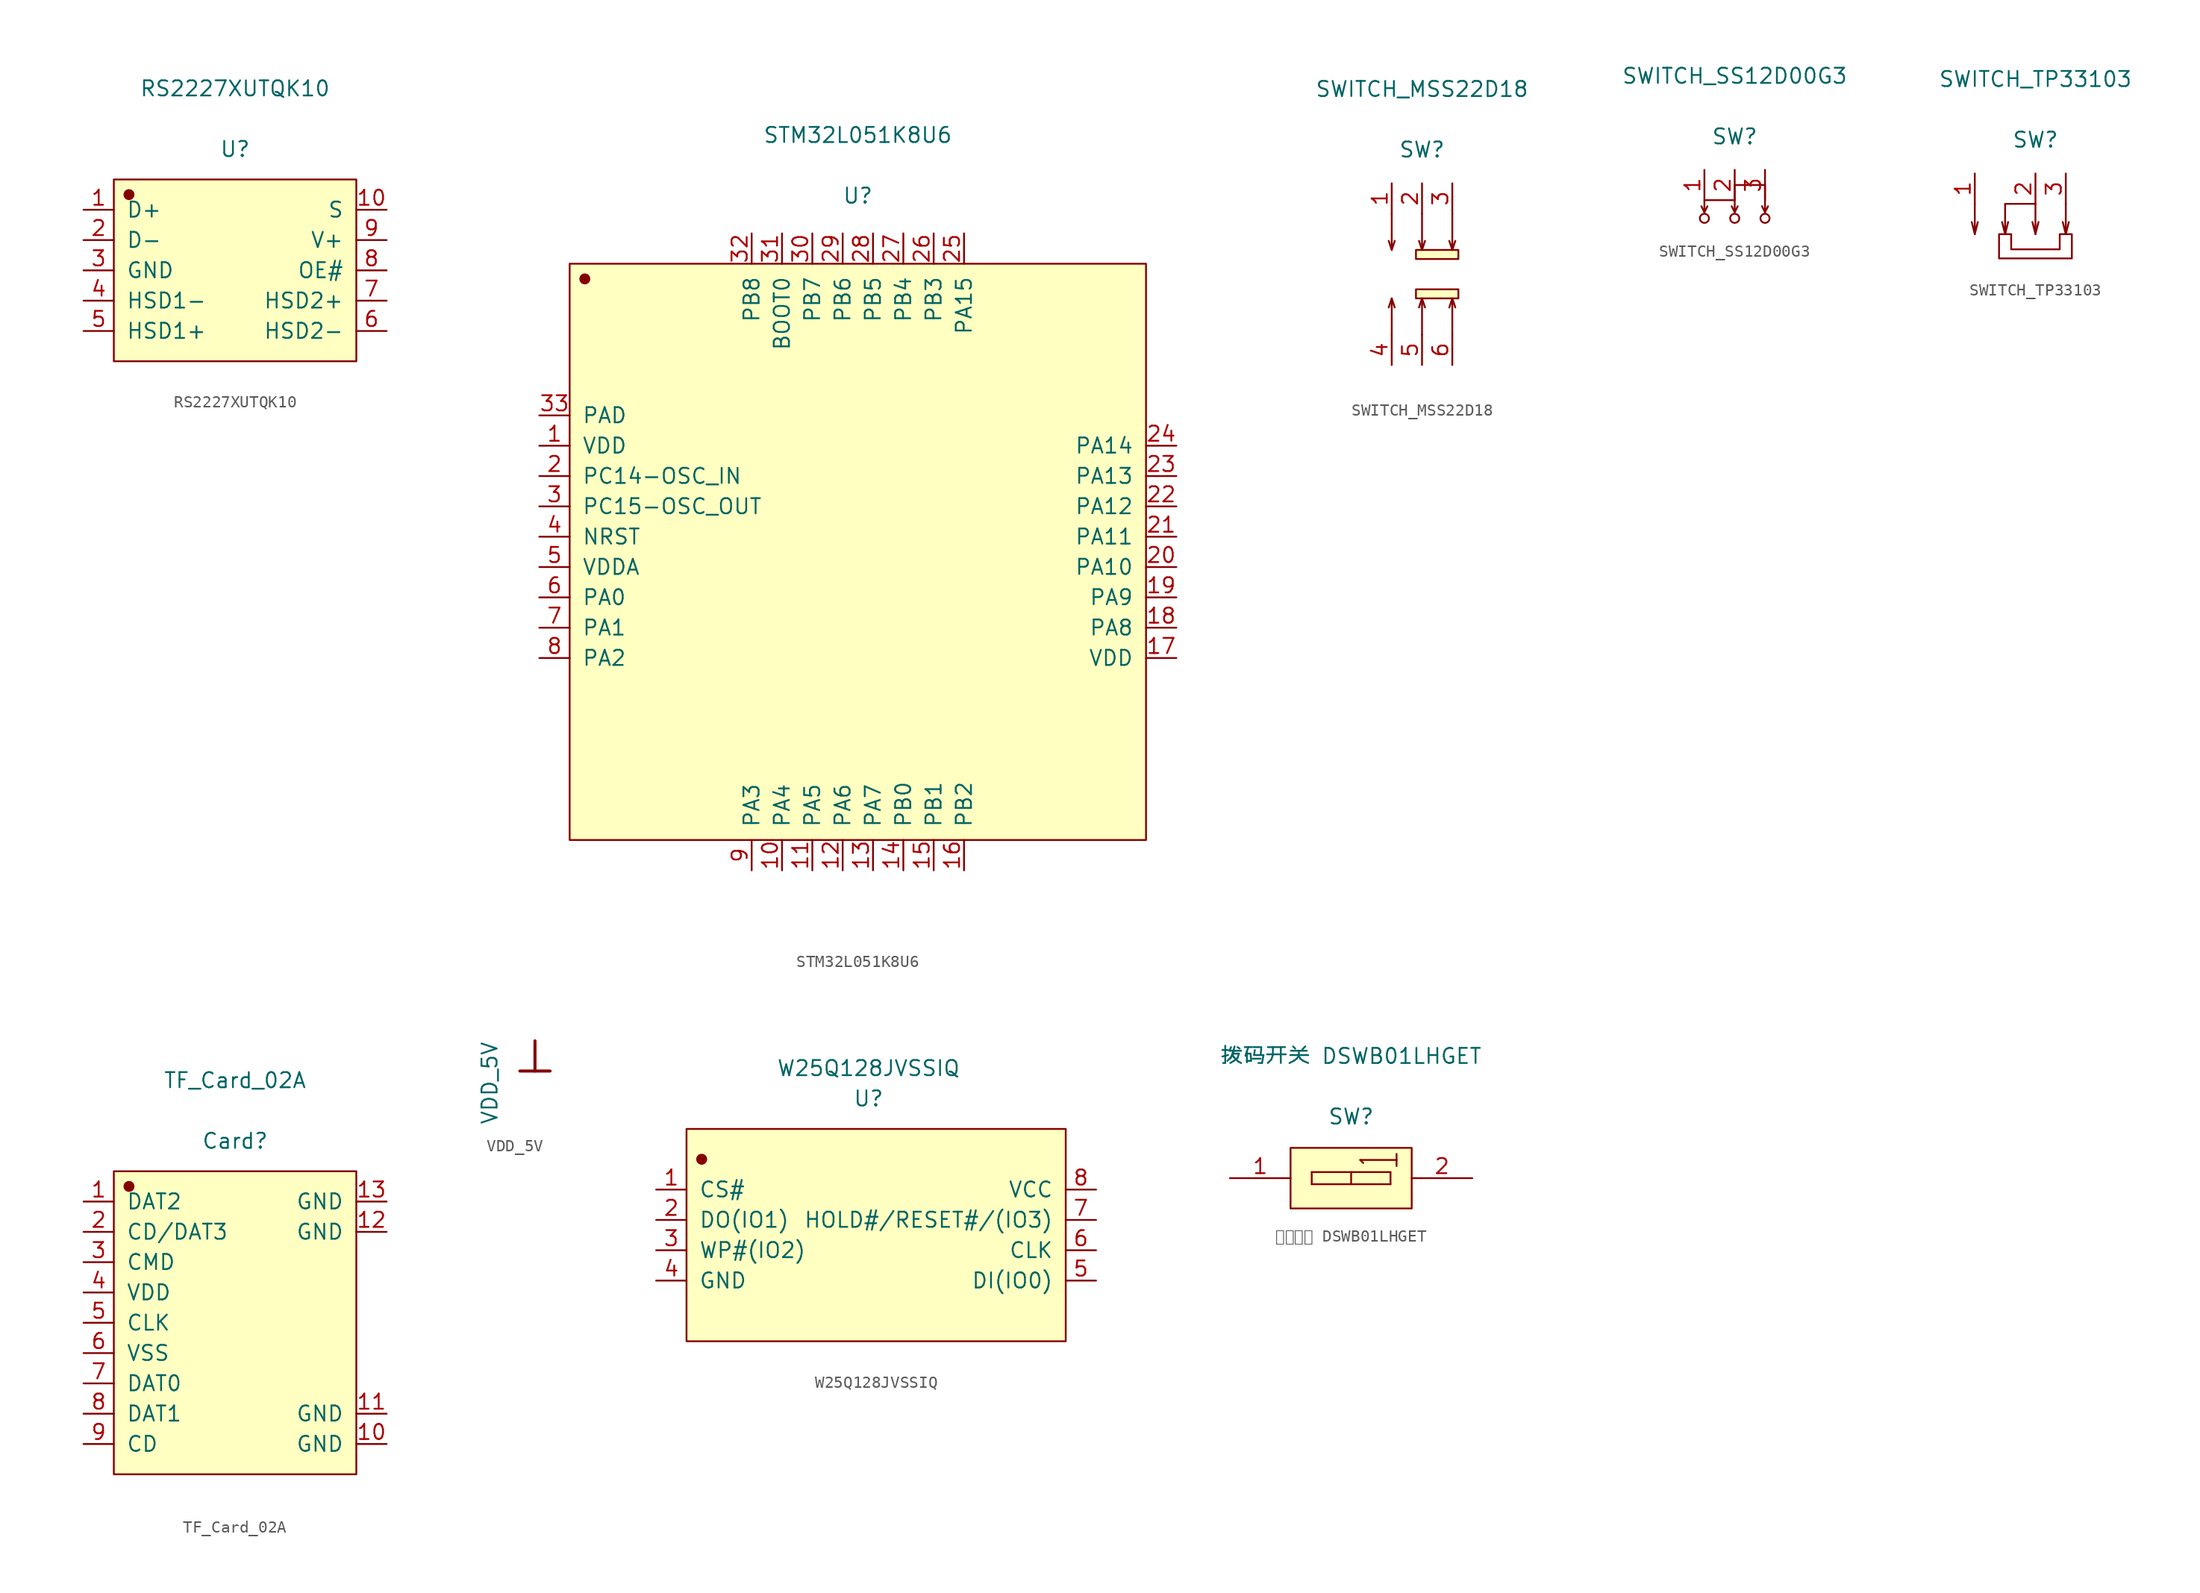
<source format=kicad_sym>
(kicad_symbol_lib
  (version 20220914)
  (generator kicad_symbol_editor)
  (symbol "RS2227XUTQK10"
    (pin_names
      (offset 1.016))
    (property "Reference" "U"
      (at 0 10.16 0)
      (effects (font (size 1.27 1.27))))
    (property "Value" "RS2227XUTQK10"
      (at 0 15.24 0)
      (effects (font (size 1.27 1.27))))
    (symbol "RS2227XUTQK10_1_1"
      (rectangle (start -10.16 7.62) (end 10.16 -7.62) (stroke (width 0.152) (type default)) (fill (type background)))
      (circle (center -8.89 6.35) (radius 0.381) (stroke (width 0.152) (type default)) (fill (type outline)))
      (pin input line (at -12.7 5.08 0) (length 2.54) (name "D+" (effects (font (size 1.27 1.27)))) (number "1" (effects (font (size 1.27 1.27)))))
      (pin input line (at 12.7 5.08 180) (length 2.54) (name "S" (effects (font (size 1.27 1.27)))) (number "10" (effects (font (size 1.27 1.27)))))
      (pin input line (at -12.7 2.54 0) (length 2.54) (name "D-" (effects (font (size 1.27 1.27)))) (number "2" (effects (font (size 1.27 1.27)))))
      (pin input line (at -12.7 0 0) (length 2.54) (name "GND" (effects (font (size 1.27 1.27)))) (number "3" (effects (font (size 1.27 1.27)))))
      (pin input line (at -12.7 -2.54 0) (length 2.54) (name "HSD1-" (effects (font (size 1.27 1.27)))) (number "4" (effects (font (size 1.27 1.27)))))
      (pin input line (at -12.7 -5.08 0) (length 2.54) (name "HSD1+" (effects (font (size 1.27 1.27)))) (number "5" (effects (font (size 1.27 1.27)))))
      (pin input line (at 12.7 -5.08 180) (length 2.54) (name "HSD2-" (effects (font (size 1.27 1.27)))) (number "6" (effects (font (size 1.27 1.27)))))
      (pin input line (at 12.7 -2.54 180) (length 2.54) (name "HSD2+" (effects (font (size 1.27 1.27)))) (number "7" (effects (font (size 1.27 1.27)))))
      (pin input line (at 12.7 0 180) (length 2.54) (name "OE#" (effects (font (size 1.27 1.27)))) (number "8" (effects (font (size 1.27 1.27)))))
      (pin input line (at 12.7 2.54 180) (length 2.54) (name "V+" (effects (font (size 1.27 1.27)))) (number "9" (effects (font (size 1.27 1.27)))))))
  (symbol "STM32L051K8U6"
    (pin_names
      (offset 1.016))
    (property "Reference" "U"
      (at 0 29.82 0)
      (effects (font (size 1.27 1.27))))
    (property "Value" "STM32L051K8U6"
      (at 0 34.9 0)
      (effects (font (size 1.27 1.27))))
    (symbol "STM32L051K8U6_1_1"
      (rectangle (start -24.13 24.13) (end 24.13 -24.13) (stroke (width 0.152) (type default)) (fill (type background)))
      (circle (center -22.86 22.86) (radius 0.381) (stroke (width 0.152) (type default)) (fill (type outline)))
      (pin input line (at -26.67 8.89 0) (length 2.54) (name "VDD" (effects (font (size 1.27 1.27)))) (number "1" (effects (font (size 1.27 1.27)))))
      (pin input line (at -6.35 -26.67 90) (length 2.54) (name "PA4" (effects (font (size 1.27 1.27)))) (number "10" (effects (font (size 1.27 1.27)))))
      (pin input line (at -3.81 -26.67 90) (length 2.54) (name "PA5" (effects (font (size 1.27 1.27)))) (number "11" (effects (font (size 1.27 1.27)))))
      (pin input line (at -1.27 -26.67 90) (length 2.54) (name "PA6" (effects (font (size 1.27 1.27)))) (number "12" (effects (font (size 1.27 1.27)))))
      (pin input line (at 1.27 -26.67 90) (length 2.54) (name "PA7" (effects (font (size 1.27 1.27)))) (number "13" (effects (font (size 1.27 1.27)))))
      (pin input line (at 3.81 -26.67 90) (length 2.54) (name "PB0" (effects (font (size 1.27 1.27)))) (number "14" (effects (font (size 1.27 1.27)))))
      (pin input line (at 6.35 -26.67 90) (length 2.54) (name "PB1" (effects (font (size 1.27 1.27)))) (number "15" (effects (font (size 1.27 1.27)))))
      (pin input line (at 8.89 -26.67 90) (length 2.54) (name "PB2" (effects (font (size 1.27 1.27)))) (number "16" (effects (font (size 1.27 1.27)))))
      (pin input line (at 26.67 -8.89 180) (length 2.54) (name "VDD" (effects (font (size 1.27 1.27)))) (number "17" (effects (font (size 1.27 1.27)))))
      (pin input line (at 26.67 -6.35 180) (length 2.54) (name "PA8" (effects (font (size 1.27 1.27)))) (number "18" (effects (font (size 1.27 1.27)))))
      (pin input line (at 26.67 -3.81 180) (length 2.54) (name "PA9" (effects (font (size 1.27 1.27)))) (number "19" (effects (font (size 1.27 1.27)))))
      (pin input line (at -26.67 6.35 0) (length 2.54) (name "PC14-OSC_IN" (effects (font (size 1.27 1.27)))) (number "2" (effects (font (size 1.27 1.27)))))
      (pin input line (at 26.67 -1.27 180) (length 2.54) (name "PA10" (effects (font (size 1.27 1.27)))) (number "20" (effects (font (size 1.27 1.27)))))
      (pin input line (at 26.67 1.27 180) (length 2.54) (name "PA11" (effects (font (size 1.27 1.27)))) (number "21" (effects (font (size 1.27 1.27)))))
      (pin input line (at 26.67 3.81 180) (length 2.54) (name "PA12" (effects (font (size 1.27 1.27)))) (number "22" (effects (font (size 1.27 1.27)))))
      (pin input line (at 26.67 6.35 180) (length 2.54) (name "PA13" (effects (font (size 1.27 1.27)))) (number "23" (effects (font (size 1.27 1.27)))))
      (pin input line (at 26.67 8.89 180) (length 2.54) (name "PA14" (effects (font (size 1.27 1.27)))) (number "24" (effects (font (size 1.27 1.27)))))
      (pin input line (at 8.89 26.67 270) (length 2.54) (name "PA15" (effects (font (size 1.27 1.27)))) (number "25" (effects (font (size 1.27 1.27)))))
      (pin input line (at 6.35 26.67 270) (length 2.54) (name "PB3" (effects (font (size 1.27 1.27)))) (number "26" (effects (font (size 1.27 1.27)))))
      (pin input line (at 3.81 26.67 270) (length 2.54) (name "PB4" (effects (font (size 1.27 1.27)))) (number "27" (effects (font (size 1.27 1.27)))))
      (pin input line (at 1.27 26.67 270) (length 2.54) (name "PB5" (effects (font (size 1.27 1.27)))) (number "28" (effects (font (size 1.27 1.27)))))
      (pin input line (at -1.27 26.67 270) (length 2.54) (name "PB6" (effects (font (size 1.27 1.27)))) (number "29" (effects (font (size 1.27 1.27)))))
      (pin input line (at -26.67 3.81 0) (length 2.54) (name "PC15-OSC_OUT" (effects (font (size 1.27 1.27)))) (number "3" (effects (font (size 1.27 1.27)))))
      (pin input line (at -3.81 26.67 270) (length 2.54) (name "PB7" (effects (font (size 1.27 1.27)))) (number "30" (effects (font (size 1.27 1.27)))))
      (pin input line (at -6.35 26.67 270) (length 2.54) (name "BOOT0" (effects (font (size 1.27 1.27)))) (number "31" (effects (font (size 1.27 1.27)))))
      (pin input line (at -8.89 26.67 270) (length 2.54) (name "PB8" (effects (font (size 1.27 1.27)))) (number "32" (effects (font (size 1.27 1.27)))))
      (pin input line (at -26.67 11.43 0) (length 2.54) (name "PAD" (effects (font (size 1.27 1.27)))) (number "33" (effects (font (size 1.27 1.27)))))
      (pin input line (at -26.67 1.27 0) (length 2.54) (name "NRST" (effects (font (size 1.27 1.27)))) (number "4" (effects (font (size 1.27 1.27)))))
      (pin input line (at -26.67 -1.27 0) (length 2.54) (name "VDDA" (effects (font (size 1.27 1.27)))) (number "5" (effects (font (size 1.27 1.27)))))
      (pin input line (at -26.67 -3.81 0) (length 2.54) (name "PA0" (effects (font (size 1.27 1.27)))) (number "6" (effects (font (size 1.27 1.27)))))
      (pin input line (at -26.67 -6.35 0) (length 2.54) (name "PA1" (effects (font (size 1.27 1.27)))) (number "7" (effects (font (size 1.27 1.27)))))
      (pin input line (at -26.67 -8.89 0) (length 2.54) (name "PA2" (effects (font (size 1.27 1.27)))) (number "8" (effects (font (size 1.27 1.27)))))
      (pin input line (at -8.89 -26.67 90) (length 2.54) (name "PA3" (effects (font (size 1.27 1.27)))) (number "9" (effects (font (size 1.27 1.27)))))))
  (symbol "SWITCH_MSS22D18"
    (pin_names
      (offset 1.016) hide)
    (property "Reference" "SW"
      (at 0 10.439 0)
      (effects (font (size 1.27 1.27))))
    (property "Value" "SWITCH_MSS22D18"
      (at 0 15.519 0)
      (effects (font (size 1.27 1.27))))
    (symbol "SWITCH_MSS22D18_1_1"
      (rectangle (start -0.508 -1.27) (end 3.048 -2.032) (stroke (width 0.152) (type default)) (fill (type background)))
      (rectangle (start -0.508 2.032) (end 3.048 1.27) (stroke (width 0.152) (type default)) (fill (type background)))
      (polyline (pts (xy -2.54 -2.032) (xy -2.794 -2.794)) (stroke (width 0.152) (type default)) (fill (type none)))
      (polyline (pts (xy -2.54 2.032) (xy -2.794 2.794)) (stroke (width 0.152) (type default)) (fill (type none)))
      (polyline (pts (xy 0 -2.032) (xy -0.254 -2.794)) (stroke (width 0.152) (type default)) (fill (type none)))
      (polyline (pts (xy 0 2.032) (xy -0.254 2.794)) (stroke (width 0.152) (type default)) (fill (type none)))
      (polyline (pts (xy 2.54 -2.032) (xy 2.286 -2.794)) (stroke (width 0.152) (type default)) (fill (type none)))
      (polyline (pts (xy 2.54 2.032) (xy 2.286 2.794)) (stroke (width 0.152) (type default)) (fill (type none)))
      (polyline (pts (xy -2.54 -5.08) (xy -2.54 -2.032) (xy -2.286 -2.794)) (stroke (width 0.152) (type default)) (fill (type none)))
      (polyline (pts (xy -2.54 5.08) (xy -2.54 2.032) (xy -2.286 2.794)) (stroke (width 0.152) (type default)) (fill (type none)))
      (polyline (pts (xy 0 -5.08) (xy 0 -2.032) (xy 0.254 -2.794)) (stroke (width 0.152) (type default)) (fill (type none)))
      (polyline (pts (xy 0 5.08) (xy 0 2.032) (xy 0.254 2.794)) (stroke (width 0.152) (type default)) (fill (type none)))
      (polyline (pts (xy 2.54 -5.08) (xy 2.54 -2.032) (xy 2.794 -2.794)) (stroke (width 0.152) (type default)) (fill (type none)))
      (polyline (pts (xy 2.54 5.08) (xy 2.54 2.032) (xy 2.794 2.794)) (stroke (width 0.152) (type default)) (fill (type none)))
      (pin input line (at -2.54 7.62 270) (length 2.54) (name "1" (effects (font (size 1.27 1.27)))) (number "1" (effects (font (size 1.27 1.27)))))
      (pin input line (at 0 7.62 270) (length 2.54) (name "2" (effects (font (size 1.27 1.27)))) (number "2" (effects (font (size 1.27 1.27)))))
      (pin input line (at 2.54 7.62 270) (length 2.54) (name "3" (effects (font (size 1.27 1.27)))) (number "3" (effects (font (size 1.27 1.27)))))
      (pin input line (at -2.54 -7.62 90) (length 2.54) (name "4" (effects (font (size 1.27 1.27)))) (number "4" (effects (font (size 1.27 1.27)))))
      (pin input line (at 0 -7.62 90) (length 2.54) (name "5" (effects (font (size 1.27 1.27)))) (number "5" (effects (font (size 1.27 1.27)))))
      (pin input line (at 2.54 -7.62 90) (length 2.54) (name "6" (effects (font (size 1.27 1.27)))) (number "6" (effects (font (size 1.27 1.27)))))))
  (symbol "SWITCH_SS12D00G3"
    (pin_names
      (offset 1.016) hide)
    (property "Reference" "SW"
      (at 0 5.334 0)
      (effects (font (size 1.27 1.27))))
    (property "Value" "SWITCH_SS12D00G3"
      (at 0 10.414 0)
      (effects (font (size 1.27 1.27))))
    (symbol "SWITCH_SS12D00G3_1_1"
      (circle (center -2.54 -1.524) (radius 0.381) (stroke (width 0.152) (type default)) (fill (type none)))
      (circle (center 0 -1.524) (radius 0.381) (stroke (width 0.152) (type default)) (fill (type none)))
      (polyline (pts (xy -2.54 -1.016) (xy -2.794 -0.508)) (stroke (width 0.152) (type default)) (fill (type none)))
      (polyline (pts (xy -2.54 -1.016) (xy -2.286 -0.508)) (stroke (width 0.152) (type default)) (fill (type none)))
      (polyline (pts (xy 0 -1.016) (xy -0.254 -0.508)) (stroke (width 0.152) (type default)) (fill (type none)))
      (polyline (pts (xy 2.54 -1.016) (xy 2.286 -0.508)) (stroke (width 0.152) (type default)) (fill (type none)))
      (polyline (pts (xy -2.54 -1.016) (xy -2.54 0) (xy 0 0) (xy 0 -1.016) (xy 0.254 -0.508)) (stroke (width 0.152) (type default)) (fill (type none)))
      (polyline (pts (xy 0 0) (xy 0 1.27) (xy 2.54 1.27) (xy 2.54 -1.016) (xy 2.794 -0.508)) (stroke (width 0.152) (type default)) (fill (type none)))
      (circle (center 2.54 -1.524) (radius 0.381) (stroke (width 0.152) (type default)) (fill (type none)))
      (pin input line (at -2.54 2.54 270) (length 2.54) (name "1" (effects (font (size 1.27 1.27)))) (number "1" (effects (font (size 1.27 1.27)))))
      (pin input line (at 0 2.54 270) (length 2.54) (name "2" (effects (font (size 1.27 1.27)))) (number "2" (effects (font (size 1.27 1.27)))))
      (pin input line (at 2.54 2.54 270) (length 2.54) (name "3" (effects (font (size 1.27 1.27)))) (number "3" (effects (font (size 1.27 1.27)))))))
  (symbol "SWITCH_TP33103"
    (pin_names
      (offset 1.016) hide)
    (property "Reference" "SW"
      (at 0 5.359 0)
      (effects (font (size 1.27 1.27))))
    (property "Value" "SWITCH_TP33103"
      (at 0 10.439 0)
      (effects (font (size 1.27 1.27))))
    (symbol "SWITCH_TP33103_1_1"
      (polyline (pts (xy -5.08 -2.54) (xy -5.334 -1.524)) (stroke (width 0.152) (type default)) (fill (type none)))
      (polyline (pts (xy -2.54 -2.54) (xy -2.286 -1.524)) (stroke (width 0.152) (type default)) (fill (type none)))
      (polyline (pts (xy 0 -2.54) (xy 0.254 -1.524)) (stroke (width 0.152) (type default)) (fill (type none)))
      (polyline (pts (xy 2.54 -2.54) (xy 2.794 -1.524)) (stroke (width 0.152) (type default)) (fill (type none)))
      (polyline (pts (xy -5.08 0) (xy -5.08 -2.54) (xy -4.826 -1.524)) (stroke (width 0.152) (type default)) (fill (type none)))
      (polyline (pts (xy 0 0) (xy 0 -2.54) (xy -0.254 -1.524)) (stroke (width 0.152) (type default)) (fill (type none)))
      (polyline (pts (xy 2.54 0) (xy 2.54 -2.54) (xy 2.286 -1.524)) (stroke (width 0.152) (type default)) (fill (type none)))
      (polyline (pts (xy 0 0) (xy -2.54 0) (xy -2.54 -2.54) (xy -2.794 -1.524)) (stroke (width 0.152) (type default)) (fill (type none)))
      (polyline (pts (xy -3.048 -3.81) (xy -3.048 -2.54) (xy -2.032 -2.54) (xy -2.032 -3.81) (xy 2.032 -3.81) (xy 2.032 -3.302) (xy 2.032 -2.54) (xy 3.048 -2.54) (xy 3.048 -4.572) (xy -3.048 -4.572) (xy -3.048 -3.81)) (stroke (width 0.152) (type default)) (fill (type none)))
      (pin input line (at -5.08 2.54 270) (length 2.54) (name "1" (effects (font (size 1.27 1.27)))) (number "1" (effects (font (size 1.27 1.27)))))
      (pin input line (at 0 2.54 270) (length 2.54) (name "2" (effects (font (size 1.27 1.27)))) (number "2" (effects (font (size 1.27 1.27)))))
      (pin input line (at 2.54 2.54 270) (length 2.54) (name "3" (effects (font (size 1.27 1.27)))) (number "3" (effects (font (size 1.27 1.27)))))))
  (symbol "TF_Card_02A"
    (pin_names
      (offset 1.016))
    (property "Reference" "Card"
      (at 0 15.24 0)
      (effects (font (size 1.27 1.27))))
    (property "Value" "TF_Card_02A"
      (at 0 20.32 0)
      (effects (font (size 1.27 1.27))))
    (symbol "TF_Card_02A_1_1"
      (rectangle (start -10.16 12.7) (end 10.16 -12.7) (stroke (width 0.152) (type default)) (fill (type background)))
      (circle (center -8.89 11.43) (radius 0.381) (stroke (width 0.152) (type default)) (fill (type outline)))
      (pin input line (at -12.7 10.16 0) (length 2.54) (name "DAT2" (effects (font (size 1.27 1.27)))) (number "1" (effects (font (size 1.27 1.27)))))
      (pin input line (at 12.7 -10.16 180) (length 2.54) (name "GND" (effects (font (size 1.27 1.27)))) (number "10" (effects (font (size 1.27 1.27)))))
      (pin input line (at 12.7 -7.62 180) (length 2.54) (name "GND" (effects (font (size 1.27 1.27)))) (number "11" (effects (font (size 1.27 1.27)))))
      (pin input line (at 12.7 7.62 180) (length 2.54) (name "GND" (effects (font (size 1.27 1.27)))) (number "12" (effects (font (size 1.27 1.27)))))
      (pin input line (at 12.7 10.16 180) (length 2.54) (name "GND" (effects (font (size 1.27 1.27)))) (number "13" (effects (font (size 1.27 1.27)))))
      (pin input line (at -12.7 7.62 0) (length 2.54) (name "CD/DAT3" (effects (font (size 1.27 1.27)))) (number "2" (effects (font (size 1.27 1.27)))))
      (pin input line (at -12.7 5.08 0) (length 2.54) (name "CMD" (effects (font (size 1.27 1.27)))) (number "3" (effects (font (size 1.27 1.27)))))
      (pin input line (at -12.7 2.54 0) (length 2.54) (name "VDD" (effects (font (size 1.27 1.27)))) (number "4" (effects (font (size 1.27 1.27)))))
      (pin input line (at -12.7 0 0) (length 2.54) (name "CLK" (effects (font (size 1.27 1.27)))) (number "5" (effects (font (size 1.27 1.27)))))
      (pin input line (at -12.7 -2.54 0) (length 2.54) (name "VSS" (effects (font (size 1.27 1.27)))) (number "6" (effects (font (size 1.27 1.27)))))
      (pin input line (at -12.7 -5.08 0) (length 2.54) (name "DAT0" (effects (font (size 1.27 1.27)))) (number "7" (effects (font (size 1.27 1.27)))))
      (pin input line (at -12.7 -7.62 0) (length 2.54) (name "DAT1" (effects (font (size 1.27 1.27)))) (number "8" (effects (font (size 1.27 1.27)))))
      (pin input line (at -12.7 -10.16 0) (length 2.54) (name "CD" (effects (font (size 1.27 1.27)))) (number "9" (effects (font (size 1.27 1.27)))))))
  (symbol "VDD_5V"
    (power)
    (property "Reference" "#PWR05"
      (at 0 0 0)
      (effects (font (size 1.27 1.27)) hide))
    (property "Value" "VDD_5V"
      (at -3.81 0 90)
      (effects (font (size 1.27 1.27)) (justify right)))
    (symbol "VDD_5V_0_0"
      (polyline (pts (xy -1.27 -2.54) (xy 1.27 -2.54)) (stroke (width 0.254) (type default)) (fill (type none)))
      (polyline (pts (xy 0 0) (xy 0 -2.54)) (stroke (width 0.254) (type default)) (fill (type none)))
      (pin power_in line (at 0 0 0) (length 0) hide (name "VDD_5V" (effects (font (size 1.27 1.27)))) (number "" (effects (font (size 1.27 1.27)))))))
  (symbol "W25Q128JVSSIQ"
    (pin_names
      (offset 1.016))
    (property "Reference" "U"
      (at 3.81 11.43 0)
      (effects (font (size 1.27 1.27))))
    (property "Value" "W25Q128JVSSIQ"
      (at 3.81 13.97 0)
      (effects (font (size 1.27 1.27))))
    (symbol "W25Q128JVSSIQ_1_1"
      (rectangle (start -11.43 8.89) (end 20.32 -8.89) (stroke (width 0.152) (type default)) (fill (type background)))
      (circle (center -10.16 6.35) (radius 0.381) (stroke (width 0.152) (type default)) (fill (type outline)))
      (pin input line (at -13.97 3.81 0) (length 2.54) (name "CS#" (effects (font (size 1.27 1.27)))) (number "1" (effects (font (size 1.27 1.27)))))
      (pin input line (at -13.97 1.27 0) (length 2.54) (name "DO(IO1)" (effects (font (size 1.27 1.27)))) (number "2" (effects (font (size 1.27 1.27)))))
      (pin input line (at -13.97 -1.27 0) (length 2.54) (name "WP#(IO2)" (effects (font (size 1.27 1.27)))) (number "3" (effects (font (size 1.27 1.27)))))
      (pin input line (at -13.97 -3.81 0) (length 2.54) (name "GND" (effects (font (size 1.27 1.27)))) (number "4" (effects (font (size 1.27 1.27)))))
      (pin input line (at 22.86 -3.81 180) (length 2.54) (name "DI(IO0)" (effects (font (size 1.27 1.27)))) (number "5" (effects (font (size 1.27 1.27)))))
      (pin input line (at 22.86 -1.27 180) (length 2.54) (name "CLK" (effects (font (size 1.27 1.27)))) (number "6" (effects (font (size 1.27 1.27)))))
      (pin input line (at 22.86 1.27 180) (length 2.54) (name "HOLD#/RESET#/(IO3)" (effects (font (size 1.27 1.27)))) (number "7" (effects (font (size 1.27 1.27)))))
      (pin input line (at 22.86 3.81 180) (length 2.54) (name "VCC" (effects (font (size 1.27 1.27)))) (number "8" (effects (font (size 1.27 1.27)))))))
  (symbol "拨码开关 DSWB01LHGET"
    (pin_names
      (offset 1.016) hide)
    (property "Reference" "SW"
      (at 0 5.156 0)
      (effects (font (size 1.27 1.27))))
    (property "Value" "拨码开关 DSWB01LHGET"
      (at 0 10.236 0)
      (effects (font (size 1.27 1.27))))
    (symbol "拨码开关 DSWB01LHGET_1_1"
      (rectangle (start -5.08 2.54) (end 5.08 -2.54) (stroke (width 0) (type default)) (fill (type background)))
      (polyline (pts (xy -3.302 -0.508) (xy -3.302 0.508)) (stroke (width 0.152) (type default)) (fill (type none)))
      (polyline (pts (xy -3.302 0.508) (xy 3.302 0.508)) (stroke (width 0.152) (type default)) (fill (type none)))
      (polyline (pts (xy 0 0.508) (xy 0 -0.508)) (stroke (width 0.152) (type default)) (fill (type none)))
      (polyline (pts (xy 0.762 1.524) (xy 3.81 1.524)) (stroke (width 0.152) (type default)) (fill (type none)))
      (polyline (pts (xy 1.016 1.27) (xy 0.762 1.524)) (stroke (width 0.152) (type default)) (fill (type none)))
      (polyline (pts (xy 3.302 -0.508) (xy -3.302 -0.508)) (stroke (width 0.152) (type default)) (fill (type none)))
      (polyline (pts (xy 3.302 0.508) (xy 3.302 -0.508)) (stroke (width 0.152) (type default)) (fill (type none)))
      (polyline (pts (xy 3.81 2.032) (xy 3.81 1.016)) (stroke (width 0.152) (type default)) (fill (type none)))
      (pin input line (at -10.16 0 0) (length 5.08) (name "A1" (effects (font (size 1.27 1.27)))) (number "1" (effects (font (size 1.27 1.27)))))
      (pin input line (at 10.16 0 180) (length 5.08) (name "2" (effects (font (size 1.27 1.27)))) (number "2" (effects (font (size 1.27 1.27))))))))
</source>
